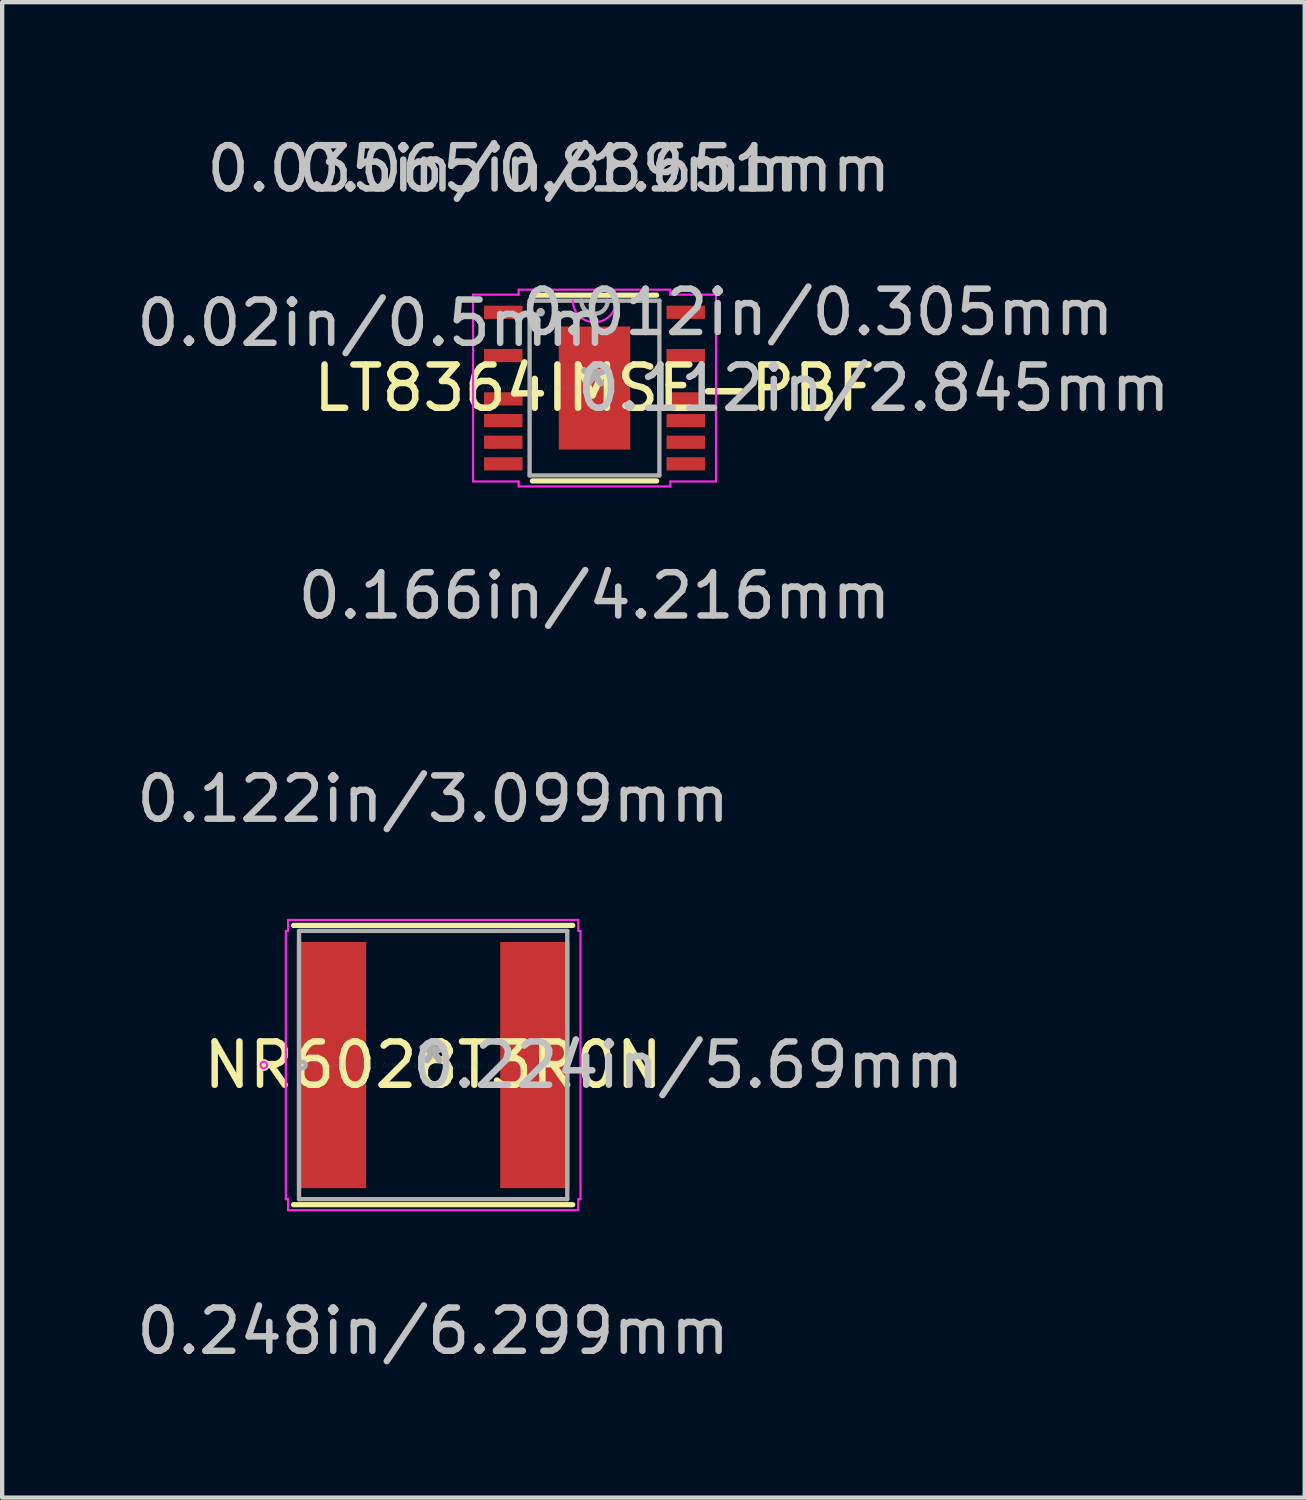
<source format=kicad_pcb>
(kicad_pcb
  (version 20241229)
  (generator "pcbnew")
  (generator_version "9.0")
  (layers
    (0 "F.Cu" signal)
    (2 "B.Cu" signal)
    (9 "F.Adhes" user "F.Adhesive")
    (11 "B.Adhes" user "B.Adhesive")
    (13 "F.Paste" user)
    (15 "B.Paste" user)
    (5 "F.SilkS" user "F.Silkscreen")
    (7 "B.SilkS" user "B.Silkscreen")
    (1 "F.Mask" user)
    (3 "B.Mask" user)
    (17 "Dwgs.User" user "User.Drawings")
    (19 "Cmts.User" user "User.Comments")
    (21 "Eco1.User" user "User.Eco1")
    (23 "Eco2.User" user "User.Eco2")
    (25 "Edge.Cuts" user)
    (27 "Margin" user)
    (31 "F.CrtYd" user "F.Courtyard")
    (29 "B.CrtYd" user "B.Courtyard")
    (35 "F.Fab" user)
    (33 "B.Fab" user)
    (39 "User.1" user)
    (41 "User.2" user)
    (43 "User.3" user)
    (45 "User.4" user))
  (footprint "NR6028T3R0N"
    (layer "F.Cu")
    (at 6.958 21.558)
    (property "Reference" "NR6028T3R0N" (at 0 0 0) (layer "F.SilkS") (effects (font (size 1 1) (thickness 0.15))))
    (attr through_hole)
    (fp_line (start -3.226 3.226) (end 3.226 3.226) (stroke (width 0.12) (type solid)) (layer "F.SilkS"))
    (fp_line (start 3.226 -3.226) (end -3.226 -3.226) (stroke (width 0.12) (type solid)) (layer "F.SilkS"))
    (fp_circle (center -3.912 0) (end -3.835 0) (stroke (width 0.12) (type solid)) (fill no) (layer "F.SilkS"))
    (fp_line (start -3.404 -3.099) (end -3.353 -3.099) (stroke (width 0.05) (type solid)) (layer "F.CrtYd"))
    (fp_line (start -3.404 3.099) (end -3.404 -3.099) (stroke (width 0.05) (type solid)) (layer "F.CrtYd"))
    (fp_line (start -3.353 -3.353) (end 3.353 -3.353) (stroke (width 0.05) (type solid)) (layer "F.CrtYd"))
    (fp_line (start -3.353 -3.099) (end -3.353 -3.353) (stroke (width 0.05) (type solid)) (layer "F.CrtYd"))
    (fp_line (start -3.353 3.099) (end -3.404 3.099) (stroke (width 0.05) (type solid)) (layer "F.CrtYd"))
    (fp_line (start -3.353 3.353) (end -3.353 3.099) (stroke (width 0.05) (type solid)) (layer "F.CrtYd"))
    (fp_line (start 3.353 -3.353) (end 3.353 -3.099) (stroke (width 0.05) (type solid)) (layer "F.CrtYd"))
    (fp_line (start 3.353 -3.099) (end 3.404 -3.099) (stroke (width 0.05) (type solid)) (layer "F.CrtYd"))
    (fp_line (start 3.353 3.099) (end 3.353 3.353) (stroke (width 0.05) (type solid)) (layer "F.CrtYd"))
    (fp_line (start 3.353 3.353) (end -3.353 3.353) (stroke (width 0.05) (type solid)) (layer "F.CrtYd"))
    (fp_line (start 3.404 -3.099) (end 3.404 3.099) (stroke (width 0.05) (type solid)) (layer "F.CrtYd"))
    (fp_line (start 3.404 3.099) (end 3.353 3.099) (stroke (width 0.05) (type solid)) (layer "F.CrtYd"))
    (fp_circle (center -3.912 0) (end -3.835 0) (stroke (width 0.05) (type solid)) (fill no) (layer "F.CrtYd"))
    (fp_line (start -3.099 -3.099) (end -3.099 3.099) (stroke (width 0.1) (type solid)) (layer "F.Fab"))
    (fp_line (start -3.099 3.099) (end 3.099 3.099) (stroke (width 0.1) (type solid)) (layer "F.Fab"))
    (fp_line (start 3.099 -3.099) (end -3.099 -3.099) (stroke (width 0.1) (type solid)) (layer "F.Fab"))
    (fp_line (start 3.099 3.099) (end 3.099 -3.099) (stroke (width 0.1) (type solid)) (layer "F.Fab"))
    (fp_circle (center -3.023 0) (end -2.946 0) (stroke (width 0.1) (type solid)) (fill no) (layer "F.Fab"))
    (fp_text user "*" (at 0 0 0) (layer "F.SilkS") (effects (font (size 1 1) (thickness 0.15))))
    (fp_text user "0.122in/3.099mm" (at 0 -6.147 0) (layer "Dwgs.User") (effects (font (size 1 1) (thickness 0.15))))
    (fp_text user "0.224in/5.69mm" (at 5.893 0 0) (layer "Dwgs.User") (effects (font (size 1 1) (thickness 0.15))))
    (fp_text user "0.248in/6.299mm" (at 0 6.147 0) (layer "Dwgs.User") (effects (font (size 1 1) (thickness 0.15))))
    (fp_text user "Copyright 2021 Accelerated Designs. All rights reserved." (at 0 0 0) (layer "Cmts.User") (effects (font (size 0.127 0.127) (thickness 0.002))))
    (fp_text user "*" (at 0 0 0) (layer "F.Fab") (effects (font (size 1 1) (thickness 0.15))))
    (pad "1" smd rect (at -2.349 0) (size 1.6 5.69) (layers "F.Cu" "F.Mask" "F.Paste"))
    (pad "2" smd rect (at 2.349 0) (size 1.6 5.69) (layers "F.Cu" "F.Mask" "F.Paste")))
  (footprint "LT8364IMSE-PBF"
    (layer "F.Cu")
    (at 10.686 5.916)
    (property "Reference" "LT8364IMSE-PBF" (at 0 0 0) (layer "F.SilkS") (effects (font (size 1 1) (thickness 0.15))))
    (attr through_hole)
    (fp_line (start -1.436 2.146) (end 1.436 2.146) (stroke (width 0.12) (type solid)) (layer "F.SilkS"))
    (fp_line (start 1.436 -2.146) (end -1.436 -2.146) (stroke (width 0.12) (type solid)) (layer "F.SilkS"))
    (fp_poly (pts (xy -0.726 -1.322) (xy -0.726 -0.1) (xy 0.726 -0.1) (xy 0.726 -1.322)) (stroke (width 0.1) (type solid)) (fill yes) (layer "F.Paste"))
    (fp_poly (pts (xy -0.726 0.1) (xy -0.726 1.322) (xy 0.726 1.322) (xy 0.726 0.1)) (stroke (width 0.1) (type solid)) (fill yes) (layer "F.Paste"))
    (fp_line (start -2.807 -2.158) (end -1.753 -2.158) (stroke (width 0.05) (type solid)) (layer "F.CrtYd"))
    (fp_line (start -2.807 2.158) (end -2.807 -2.158) (stroke (width 0.05) (type solid)) (layer "F.CrtYd"))
    (fp_line (start -1.753 -2.273) (end 1.753 -2.273) (stroke (width 0.05) (type solid)) (layer "F.CrtYd"))
    (fp_line (start -1.753 -2.158) (end -1.753 -2.273) (stroke (width 0.05) (type solid)) (layer "F.CrtYd"))
    (fp_line (start -1.753 2.158) (end -2.807 2.158) (stroke (width 0.05) (type solid)) (layer "F.CrtYd"))
    (fp_line (start -1.753 2.273) (end -1.753 2.158) (stroke (width 0.05) (type solid)) (layer "F.CrtYd"))
    (fp_line (start 1.753 -2.273) (end 1.753 -2.158) (stroke (width 0.05) (type solid)) (layer "F.CrtYd"))
    (fp_line (start 1.753 -2.158) (end 2.807 -2.158) (stroke (width 0.05) (type solid)) (layer "F.CrtYd"))
    (fp_line (start 1.753 2.158) (end 1.753 2.273) (stroke (width 0.05) (type solid)) (layer "F.CrtYd"))
    (fp_line (start 1.753 2.273) (end -1.753 2.273) (stroke (width 0.05) (type solid)) (layer "F.CrtYd"))
    (fp_line (start 2.807 -2.158) (end 2.807 2.158) (stroke (width 0.05) (type solid)) (layer "F.CrtYd"))
    (fp_line (start 2.807 2.158) (end 1.753 2.158) (stroke (width 0.05) (type solid)) (layer "F.CrtYd"))
    (fp_arc (start 0.499533 -2.0193) (mid 0 -1.519767) (end -0.499533 -2.0193) (stroke (width 0.05) (type solid)) (layer "F.CrtYd"))
    (fp_line (start -1.499 -2.019) (end -1.499 2.019) (stroke (width 0.1) (type solid)) (layer "F.Fab"))
    (fp_line (start -1.499 2.019) (end 1.499 2.019) (stroke (width 0.1) (type solid)) (layer "F.Fab"))
    (fp_line (start 1.499 -2.019) (end -1.499 -2.019) (stroke (width 0.1) (type solid)) (layer "F.Fab"))
    (fp_line (start 1.499 2.019) (end 1.499 -2.019) (stroke (width 0.1) (type solid)) (layer "F.Fab"))
    (fp_arc (start 0.3048 -2.0193) (mid 0 -1.7145) (end -0.3048 -2.0193) (stroke (width 0.1) (type solid)) (layer "F.Fab"))
    (fp_circle (center -1.245 -1.751) (end -1.245 -1.751) (stroke (width 0.1) (type solid)) (fill no) (layer "F.Fab"))
    (fp_text user "*" (at 0 0 0) (layer "F.SilkS") (effects (font (size 1 1) (thickness 0.15))))
    (fp_text user "0.035in/0.889mm" (at -2.108 -5.067 0) (layer "Dwgs.User") (effects (font (size 1 1) (thickness 0.15))))
    (fp_text user "0.065in/1.651mm" (at 0 -5.067 0) (layer "Dwgs.User") (effects (font (size 1 1) (thickness 0.15))))
    (fp_text user "0.02in/0.5mm" (at -5.156 -1.501 0) (layer "Dwgs.User") (effects (font (size 1 1) (thickness 0.15))))
    (fp_text user "0.012in/0.305mm" (at 5.156 -1.751 0) (layer "Dwgs.User") (effects (font (size 1 1) (thickness 0.15))))
    (fp_text user "0.166in/4.216mm" (at 0 4.799 0) (layer "Dwgs.User") (effects (font (size 1 1) (thickness 0.15))))
    (fp_text user "0.112in/2.845mm" (at 6.452 0 0) (layer "Dwgs.User") (effects (font (size 1 1) (thickness 0.15))))
    (fp_text user "Copyright 2021 Accelerated Designs. All rights reserved." (at 0 0 0) (layer "Cmts.User") (effects (font (size 0.127 0.127) (thickness 0.002))))
    (fp_text user "*" (at 0 0 0) (layer "F.Fab") (effects (font (size 1 1) (thickness 0.15))))
    (pad "1" smd rect (at -2.108 -1.751) (size 0.889 0.305) (layers "F.Cu" "F.Mask" "F.Paste"))
    (pad "3" smd rect (at -2.108 -0.751) (size 0.889 0.305) (layers "F.Cu" "F.Mask" "F.Paste"))
    (pad "5" smd rect (at -2.108 0.25) (size 0.889 0.305) (layers "F.Cu" "F.Mask" "F.Paste"))
    (pad "6" smd rect (at -2.108 0.751) (size 0.889 0.305) (layers "F.Cu" "F.Mask" "F.Paste"))
    (pad "7" smd rect (at -2.108 1.251) (size 0.889 0.305) (layers "F.Cu" "F.Mask" "F.Paste"))
    (pad "8" smd rect (at -2.108 1.751) (size 0.889 0.305) (layers "F.Cu" "F.Mask" "F.Paste"))
    (pad "9" smd rect (at 2.108 1.751) (size 0.889 0.305) (layers "F.Cu" "F.Mask" "F.Paste"))
    (pad "10" smd rect (at 2.108 1.251) (size 0.889 0.305) (layers "F.Cu" "F.Mask" "F.Paste"))
    (pad "11" smd rect (at 2.108 0.751) (size 0.889 0.305) (layers "F.Cu" "F.Mask" "F.Paste"))
    (pad "12" smd rect (at 2.108 0.25) (size 0.889 0.305) (layers "F.Cu" "F.Mask" "F.Paste"))
    (pad "14" smd rect (at 2.108 -0.751) (size 0.889 0.305) (layers "F.Cu" "F.Mask" "F.Paste"))
    (pad "16" smd rect (at 2.108 -1.751) (size 0.889 0.305) (layers "F.Cu" "F.Mask" "F.Paste"))
    (pad "17" smd rect (at 0 0) (size 1.651 2.845) (layers "F.Cu" "F.Mask" "F.Paste")))
  (gr_rect
    (start -3 -3)
    (end 27.096 31.553)
    (stroke (width 0.1) (type default))
    (fill no)
    (layer "Edge.Cuts")))
</source>
